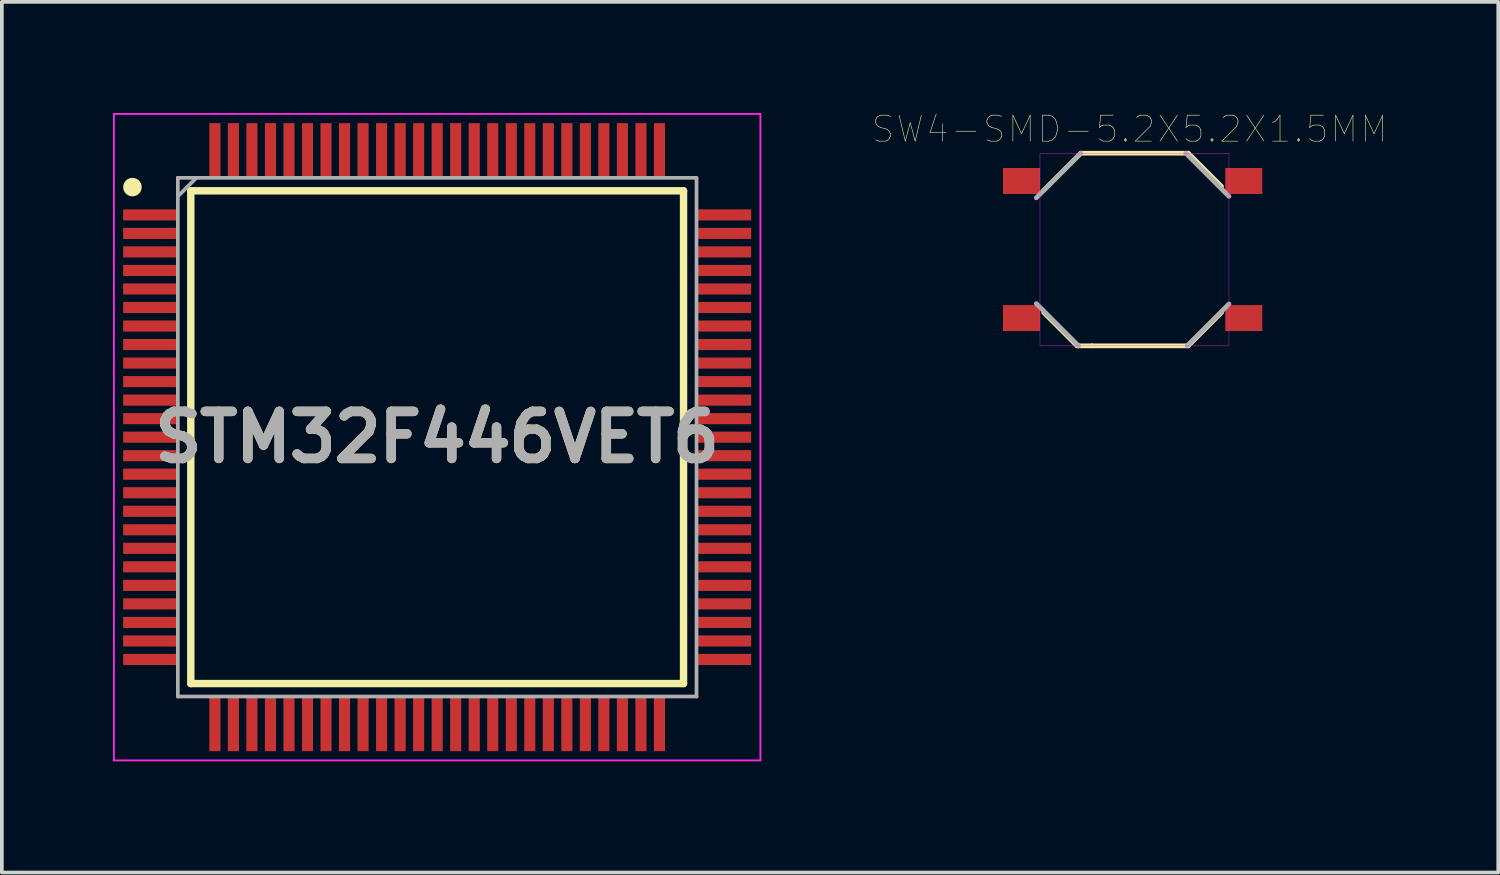
<source format=kicad_pcb>
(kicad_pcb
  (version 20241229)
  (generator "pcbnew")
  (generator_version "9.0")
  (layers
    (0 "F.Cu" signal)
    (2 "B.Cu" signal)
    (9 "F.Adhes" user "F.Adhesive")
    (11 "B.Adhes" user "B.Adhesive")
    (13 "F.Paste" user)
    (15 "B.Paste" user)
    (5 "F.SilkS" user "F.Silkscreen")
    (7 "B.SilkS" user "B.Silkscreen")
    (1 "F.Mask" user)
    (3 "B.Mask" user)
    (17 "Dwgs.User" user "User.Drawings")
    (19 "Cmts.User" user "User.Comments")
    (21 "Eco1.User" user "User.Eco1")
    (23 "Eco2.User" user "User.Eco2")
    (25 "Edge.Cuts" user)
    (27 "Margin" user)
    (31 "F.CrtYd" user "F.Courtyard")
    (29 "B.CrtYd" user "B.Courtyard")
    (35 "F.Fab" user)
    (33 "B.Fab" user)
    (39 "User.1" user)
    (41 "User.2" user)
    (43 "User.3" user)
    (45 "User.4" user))
  (footprint "SW4-SMD-5.2X5.2X1.5MM"
    (layer "F.Cu")
    (at 27.522 3.685)
    (property "Reference" "SW4-SMD-5.2X5.2X1.5MM" (at -0.078 -3.249 0) (layer "F.SilkS") (effects (font (size 0.701 0.701) (thickness 0.015))))
    (attr through_hole)
    (fp_line (start -1.5 2.6) (end -2.4 1.7) (stroke (width 0.127) (type solid)) (layer "F.SilkS"))
    (fp_line (start -1.46 2.6) (end -1.5 2.6) (stroke (width 0.127) (type solid)) (layer "F.SilkS"))
    (fp_line (start -1.4 -2.6) (end -2.4 -1.6) (stroke (width 0.127) (type solid)) (layer "F.SilkS"))
    (fp_line (start -1.4 -2.6) (end 1.5 -2.6) (stroke (width 0.127) (type solid)) (layer "F.SilkS"))
    (fp_line (start -1.1 2.6) (end -1.46 2.6) (stroke (width 0.127) (type solid)) (layer "F.SilkS"))
    (fp_line (start 1.5 -2.6) (end 2.4 -1.7) (stroke (width 0.127) (type solid)) (layer "F.SilkS"))
    (fp_line (start 1.5 2.6) (end -1.1 2.6) (stroke (width 0.127) (type solid)) (layer "F.SilkS"))
    (fp_line (start 1.5 2.6) (end 2.4 1.7) (stroke (width 0.127) (type solid)) (layer "F.SilkS"))
    (fp_poly (pts (xy -2.501 -2.6) (xy 2.6 -2.6) (xy 2.6 2.601) (xy -2.501 2.601)) (stroke (width 0.01) (type solid)) (fill no) (layer "F.CrtYd"))
    (fp_line (start -2.6 -1.396) (end -1.396 -2.6) (stroke (width 0.127) (type solid)) (layer "F.Fab"))
    (fp_line (start -1.46 2.6) (end -2.6 1.46) (stroke (width 0.127) (type solid)) (layer "F.Fab"))
    (fp_line (start 1.434 -2.6) (end 2.6 -1.434) (stroke (width 0.127) (type solid)) (layer "F.Fab"))
    (fp_line (start 2.6 1.469) (end 1.469 2.6) (stroke (width 0.127) (type solid)) (layer "F.Fab"))
    (pad "1" smd rect (at -3 -1.85) (size 1 0.7) (layers "F.Cu" "F.Mask" "F.Paste"))
    (pad "2" smd rect (at 3 -1.85) (size 1 0.7) (layers "F.Cu" "F.Mask" "F.Paste"))
    (pad "3" smd rect (at -3 1.85) (size 1 0.7) (layers "F.Cu" "F.Mask" "F.Paste"))
    (pad "4" smd rect (at 3 1.85) (size 1 0.7) (layers "F.Cu" "F.Mask" "F.Paste")))
  (footprint "STM32F446VET6"
    (layer "F.Cu")
    (at 8.75 8.75)
    (property "Reference" "STM32F446VET6" (at 0 0 0) (layer "F.SilkS") (effects (font (size 1.27 1.27) (thickness 0.254))))
    (attr smd)
    (fp_line (start -6.65 -6.65) (end 6.65 -6.65) (stroke (width 0.2) (type solid)) (layer "F.SilkS"))
    (fp_line (start -6.65 6.65) (end -6.65 -6.65) (stroke (width 0.2) (type solid)) (layer "F.SilkS"))
    (fp_line (start 6.65 -6.65) (end 6.65 6.65) (stroke (width 0.2) (type solid)) (layer "F.SilkS"))
    (fp_line (start 6.65 6.65) (end -6.65 6.65) (stroke (width 0.2) (type solid)) (layer "F.SilkS"))
    (fp_circle (center -8.225 -6.75) (end -8.225 -6.625) (stroke (width 0.25) (type solid)) (fill no) (layer "F.SilkS"))
    (fp_line (start -8.725 -8.725) (end 8.725 -8.725) (stroke (width 0.05) (type solid)) (layer "F.CrtYd"))
    (fp_line (start -8.725 8.725) (end -8.725 -8.725) (stroke (width 0.05) (type solid)) (layer "F.CrtYd"))
    (fp_line (start 8.725 -8.725) (end 8.725 8.725) (stroke (width 0.05) (type solid)) (layer "F.CrtYd"))
    (fp_line (start 8.725 8.725) (end -8.725 8.725) (stroke (width 0.05) (type solid)) (layer "F.CrtYd"))
    (fp_line (start -7 -7) (end 7 -7) (stroke (width 0.1) (type solid)) (layer "F.Fab"))
    (fp_line (start -7 -6.5) (end -6.5 -7) (stroke (width 0.1) (type solid)) (layer "F.Fab"))
    (fp_line (start -7 7) (end -7 -7) (stroke (width 0.1) (type solid)) (layer "F.Fab"))
    (fp_line (start 7 -7) (end 7 7) (stroke (width 0.1) (type solid)) (layer "F.Fab"))
    (fp_line (start 7 7) (end -7 7) (stroke (width 0.1) (type solid)) (layer "F.Fab"))
    (fp_text user "${REFERENCE}" (at 0 0 0) (layer "F.Fab") (effects (font (size 1.27 1.27) (thickness 0.254))))
    (pad "1" smd rect (at -7.738 -6 90) (size 0.3 1.475) (layers "F.Cu" "F.Mask" "F.Paste"))
    (pad "2" smd rect (at -7.738 -5.5 90) (size 0.3 1.475) (layers "F.Cu" "F.Mask" "F.Paste"))
    (pad "3" smd rect (at -7.738 -5 90) (size 0.3 1.475) (layers "F.Cu" "F.Mask" "F.Paste"))
    (pad "4" smd rect (at -7.738 -4.5 90) (size 0.3 1.475) (layers "F.Cu" "F.Mask" "F.Paste"))
    (pad "5" smd rect (at -7.738 -4 90) (size 0.3 1.475) (layers "F.Cu" "F.Mask" "F.Paste"))
    (pad "6" smd rect (at -7.738 -3.5 90) (size 0.3 1.475) (layers "F.Cu" "F.Mask" "F.Paste"))
    (pad "7" smd rect (at -7.738 -3 90) (size 0.3 1.475) (layers "F.Cu" "F.Mask" "F.Paste"))
    (pad "8" smd rect (at -7.738 -2.5 90) (size 0.3 1.475) (layers "F.Cu" "F.Mask" "F.Paste"))
    (pad "9" smd rect (at -7.738 -2 90) (size 0.3 1.475) (layers "F.Cu" "F.Mask" "F.Paste"))
    (pad "10" smd rect (at -7.738 -1.5 90) (size 0.3 1.475) (layers "F.Cu" "F.Mask" "F.Paste"))
    (pad "11" smd rect (at -7.738 -1 90) (size 0.3 1.475) (layers "F.Cu" "F.Mask" "F.Paste"))
    (pad "12" smd rect (at -7.738 -0.5 90) (size 0.3 1.475) (layers "F.Cu" "F.Mask" "F.Paste"))
    (pad "13" smd rect (at -7.738 0 90) (size 0.3 1.475) (layers "F.Cu" "F.Mask" "F.Paste"))
    (pad "14" smd rect (at -7.738 0.5 90) (size 0.3 1.475) (layers "F.Cu" "F.Mask" "F.Paste"))
    (pad "15" smd rect (at -7.738 1 90) (size 0.3 1.475) (layers "F.Cu" "F.Mask" "F.Paste"))
    (pad "16" smd rect (at -7.738 1.5 90) (size 0.3 1.475) (layers "F.Cu" "F.Mask" "F.Paste"))
    (pad "17" smd rect (at -7.738 2 90) (size 0.3 1.475) (layers "F.Cu" "F.Mask" "F.Paste"))
    (pad "18" smd rect (at -7.738 2.5 90) (size 0.3 1.475) (layers "F.Cu" "F.Mask" "F.Paste"))
    (pad "19" smd rect (at -7.738 3 90) (size 0.3 1.475) (layers "F.Cu" "F.Mask" "F.Paste"))
    (pad "20" smd rect (at -7.738 3.5 90) (size 0.3 1.475) (layers "F.Cu" "F.Mask" "F.Paste"))
    (pad "21" smd rect (at -7.738 4 90) (size 0.3 1.475) (layers "F.Cu" "F.Mask" "F.Paste"))
    (pad "22" smd rect (at -7.738 4.5 90) (size 0.3 1.475) (layers "F.Cu" "F.Mask" "F.Paste"))
    (pad "23" smd rect (at -7.738 5 90) (size 0.3 1.475) (layers "F.Cu" "F.Mask" "F.Paste"))
    (pad "24" smd rect (at -7.738 5.5 90) (size 0.3 1.475) (layers "F.Cu" "F.Mask" "F.Paste"))
    (pad "25" smd rect (at -7.738 6 90) (size 0.3 1.475) (layers "F.Cu" "F.Mask" "F.Paste"))
    (pad "26" smd rect (at -6 7.738) (size 0.3 1.475) (layers "F.Cu" "F.Mask" "F.Paste"))
    (pad "27" smd rect (at -5.5 7.738) (size 0.3 1.475) (layers "F.Cu" "F.Mask" "F.Paste"))
    (pad "28" smd rect (at -5 7.738) (size 0.3 1.475) (layers "F.Cu" "F.Mask" "F.Paste"))
    (pad "29" smd rect (at -4.5 7.738) (size 0.3 1.475) (layers "F.Cu" "F.Mask" "F.Paste"))
    (pad "30" smd rect (at -4 7.738) (size 0.3 1.475) (layers "F.Cu" "F.Mask" "F.Paste"))
    (pad "31" smd rect (at -3.5 7.738) (size 0.3 1.475) (layers "F.Cu" "F.Mask" "F.Paste"))
    (pad "32" smd rect (at -3 7.738) (size 0.3 1.475) (layers "F.Cu" "F.Mask" "F.Paste"))
    (pad "33" smd rect (at -2.5 7.738) (size 0.3 1.475) (layers "F.Cu" "F.Mask" "F.Paste"))
    (pad "34" smd rect (at -2 7.738) (size 0.3 1.475) (layers "F.Cu" "F.Mask" "F.Paste"))
    (pad "35" smd rect (at -1.5 7.738) (size 0.3 1.475) (layers "F.Cu" "F.Mask" "F.Paste"))
    (pad "36" smd rect (at -1 7.738) (size 0.3 1.475) (layers "F.Cu" "F.Mask" "F.Paste"))
    (pad "37" smd rect (at -0.5 7.738) (size 0.3 1.475) (layers "F.Cu" "F.Mask" "F.Paste"))
    (pad "38" smd rect (at 0 7.738) (size 0.3 1.475) (layers "F.Cu" "F.Mask" "F.Paste"))
    (pad "39" smd rect (at 0.5 7.738) (size 0.3 1.475) (layers "F.Cu" "F.Mask" "F.Paste"))
    (pad "40" smd rect (at 1 7.738) (size 0.3 1.475) (layers "F.Cu" "F.Mask" "F.Paste"))
    (pad "41" smd rect (at 1.5 7.738) (size 0.3 1.475) (layers "F.Cu" "F.Mask" "F.Paste"))
    (pad "42" smd rect (at 2 7.738) (size 0.3 1.475) (layers "F.Cu" "F.Mask" "F.Paste"))
    (pad "43" smd rect (at 2.5 7.738) (size 0.3 1.475) (layers "F.Cu" "F.Mask" "F.Paste"))
    (pad "44" smd rect (at 3 7.738) (size 0.3 1.475) (layers "F.Cu" "F.Mask" "F.Paste"))
    (pad "45" smd rect (at 3.5 7.738) (size 0.3 1.475) (layers "F.Cu" "F.Mask" "F.Paste"))
    (pad "46" smd rect (at 4 7.738) (size 0.3 1.475) (layers "F.Cu" "F.Mask" "F.Paste"))
    (pad "47" smd rect (at 4.5 7.738) (size 0.3 1.475) (layers "F.Cu" "F.Mask" "F.Paste"))
    (pad "48" smd rect (at 5 7.738) (size 0.3 1.475) (layers "F.Cu" "F.Mask" "F.Paste"))
    (pad "49" smd rect (at 5.5 7.738) (size 0.3 1.475) (layers "F.Cu" "F.Mask" "F.Paste"))
    (pad "50" smd rect (at 6 7.738) (size 0.3 1.475) (layers "F.Cu" "F.Mask" "F.Paste"))
    (pad "51" smd rect (at 7.738 6 90) (size 0.3 1.475) (layers "F.Cu" "F.Mask" "F.Paste"))
    (pad "52" smd rect (at 7.738 5.5 90) (size 0.3 1.475) (layers "F.Cu" "F.Mask" "F.Paste"))
    (pad "53" smd rect (at 7.738 5 90) (size 0.3 1.475) (layers "F.Cu" "F.Mask" "F.Paste"))
    (pad "54" smd rect (at 7.738 4.5 90) (size 0.3 1.475) (layers "F.Cu" "F.Mask" "F.Paste"))
    (pad "55" smd rect (at 7.738 4 90) (size 0.3 1.475) (layers "F.Cu" "F.Mask" "F.Paste"))
    (pad "56" smd rect (at 7.738 3.5 90) (size 0.3 1.475) (layers "F.Cu" "F.Mask" "F.Paste"))
    (pad "57" smd rect (at 7.738 3 90) (size 0.3 1.475) (layers "F.Cu" "F.Mask" "F.Paste"))
    (pad "58" smd rect (at 7.738 2.5 90) (size 0.3 1.475) (layers "F.Cu" "F.Mask" "F.Paste"))
    (pad "59" smd rect (at 7.738 2 90) (size 0.3 1.475) (layers "F.Cu" "F.Mask" "F.Paste"))
    (pad "60" smd rect (at 7.738 1.5 90) (size 0.3 1.475) (layers "F.Cu" "F.Mask" "F.Paste"))
    (pad "61" smd rect (at 7.738 1 90) (size 0.3 1.475) (layers "F.Cu" "F.Mask" "F.Paste"))
    (pad "62" smd rect (at 7.738 0.5 90) (size 0.3 1.475) (layers "F.Cu" "F.Mask" "F.Paste"))
    (pad "63" smd rect (at 7.738 0 90) (size 0.3 1.475) (layers "F.Cu" "F.Mask" "F.Paste"))
    (pad "64" smd rect (at 7.738 -0.5 90) (size 0.3 1.475) (layers "F.Cu" "F.Mask" "F.Paste"))
    (pad "65" smd rect (at 7.738 -1 90) (size 0.3 1.475) (layers "F.Cu" "F.Mask" "F.Paste"))
    (pad "66" smd rect (at 7.738 -1.5 90) (size 0.3 1.475) (layers "F.Cu" "F.Mask" "F.Paste"))
    (pad "67" smd rect (at 7.738 -2 90) (size 0.3 1.475) (layers "F.Cu" "F.Mask" "F.Paste"))
    (pad "68" smd rect (at 7.738 -2.5 90) (size 0.3 1.475) (layers "F.Cu" "F.Mask" "F.Paste"))
    (pad "69" smd rect (at 7.738 -3 90) (size 0.3 1.475) (layers "F.Cu" "F.Mask" "F.Paste"))
    (pad "70" smd rect (at 7.738 -3.5 90) (size 0.3 1.475) (layers "F.Cu" "F.Mask" "F.Paste"))
    (pad "71" smd rect (at 7.738 -4 90) (size 0.3 1.475) (layers "F.Cu" "F.Mask" "F.Paste"))
    (pad "72" smd rect (at 7.738 -4.5 90) (size 0.3 1.475) (layers "F.Cu" "F.Mask" "F.Paste"))
    (pad "73" smd rect (at 7.738 -5 90) (size 0.3 1.475) (layers "F.Cu" "F.Mask" "F.Paste"))
    (pad "74" smd rect (at 7.738 -5.5 90) (size 0.3 1.475) (layers "F.Cu" "F.Mask" "F.Paste"))
    (pad "75" smd rect (at 7.738 -6 90) (size 0.3 1.475) (layers "F.Cu" "F.Mask" "F.Paste"))
    (pad "76" smd rect (at 6 -7.738) (size 0.3 1.475) (layers "F.Cu" "F.Mask" "F.Paste"))
    (pad "77" smd rect (at 5.5 -7.738) (size 0.3 1.475) (layers "F.Cu" "F.Mask" "F.Paste"))
    (pad "78" smd rect (at 5 -7.738) (size 0.3 1.475) (layers "F.Cu" "F.Mask" "F.Paste"))
    (pad "79" smd rect (at 4.5 -7.738) (size 0.3 1.475) (layers "F.Cu" "F.Mask" "F.Paste"))
    (pad "80" smd rect (at 4 -7.738) (size 0.3 1.475) (layers "F.Cu" "F.Mask" "F.Paste"))
    (pad "81" smd rect (at 3.5 -7.738) (size 0.3 1.475) (layers "F.Cu" "F.Mask" "F.Paste"))
    (pad "82" smd rect (at 3 -7.738) (size 0.3 1.475) (layers "F.Cu" "F.Mask" "F.Paste"))
    (pad "83" smd rect (at 2.5 -7.738) (size 0.3 1.475) (layers "F.Cu" "F.Mask" "F.Paste"))
    (pad "84" smd rect (at 2 -7.738) (size 0.3 1.475) (layers "F.Cu" "F.Mask" "F.Paste"))
    (pad "85" smd rect (at 1.5 -7.738) (size 0.3 1.475) (layers "F.Cu" "F.Mask" "F.Paste"))
    (pad "86" smd rect (at 1 -7.738) (size 0.3 1.475) (layers "F.Cu" "F.Mask" "F.Paste"))
    (pad "87" smd rect (at 0.5 -7.738) (size 0.3 1.475) (layers "F.Cu" "F.Mask" "F.Paste"))
    (pad "88" smd rect (at 0 -7.738) (size 0.3 1.475) (layers "F.Cu" "F.Mask" "F.Paste"))
    (pad "89" smd rect (at -0.5 -7.738) (size 0.3 1.475) (layers "F.Cu" "F.Mask" "F.Paste"))
    (pad "90" smd rect (at -1 -7.738) (size 0.3 1.475) (layers "F.Cu" "F.Mask" "F.Paste"))
    (pad "91" smd rect (at -1.5 -7.738) (size 0.3 1.475) (layers "F.Cu" "F.Mask" "F.Paste"))
    (pad "92" smd rect (at -2 -7.738) (size 0.3 1.475) (layers "F.Cu" "F.Mask" "F.Paste"))
    (pad "93" smd rect (at -2.5 -7.738) (size 0.3 1.475) (layers "F.Cu" "F.Mask" "F.Paste"))
    (pad "94" smd rect (at -3 -7.738) (size 0.3 1.475) (layers "F.Cu" "F.Mask" "F.Paste"))
    (pad "95" smd rect (at -3.5 -7.738) (size 0.3 1.475) (layers "F.Cu" "F.Mask" "F.Paste"))
    (pad "96" smd rect (at -4 -7.738) (size 0.3 1.475) (layers "F.Cu" "F.Mask" "F.Paste"))
    (pad "97" smd rect (at -4.5 -7.738) (size 0.3 1.475) (layers "F.Cu" "F.Mask" "F.Paste"))
    (pad "98" smd rect (at -5 -7.738) (size 0.3 1.475) (layers "F.Cu" "F.Mask" "F.Paste"))
    (pad "99" smd rect (at -5.5 -7.738) (size 0.3 1.475) (layers "F.Cu" "F.Mask" "F.Paste"))
    (pad "100" smd rect (at -6 -7.738) (size 0.3 1.475) (layers "F.Cu" "F.Mask" "F.Paste")))
  (gr_rect
    (start -3 -3)
    (end 37.39 20.5)
    (stroke (width 0.1) (type default))
    (fill no)
    (layer "Edge.Cuts")))
</source>
